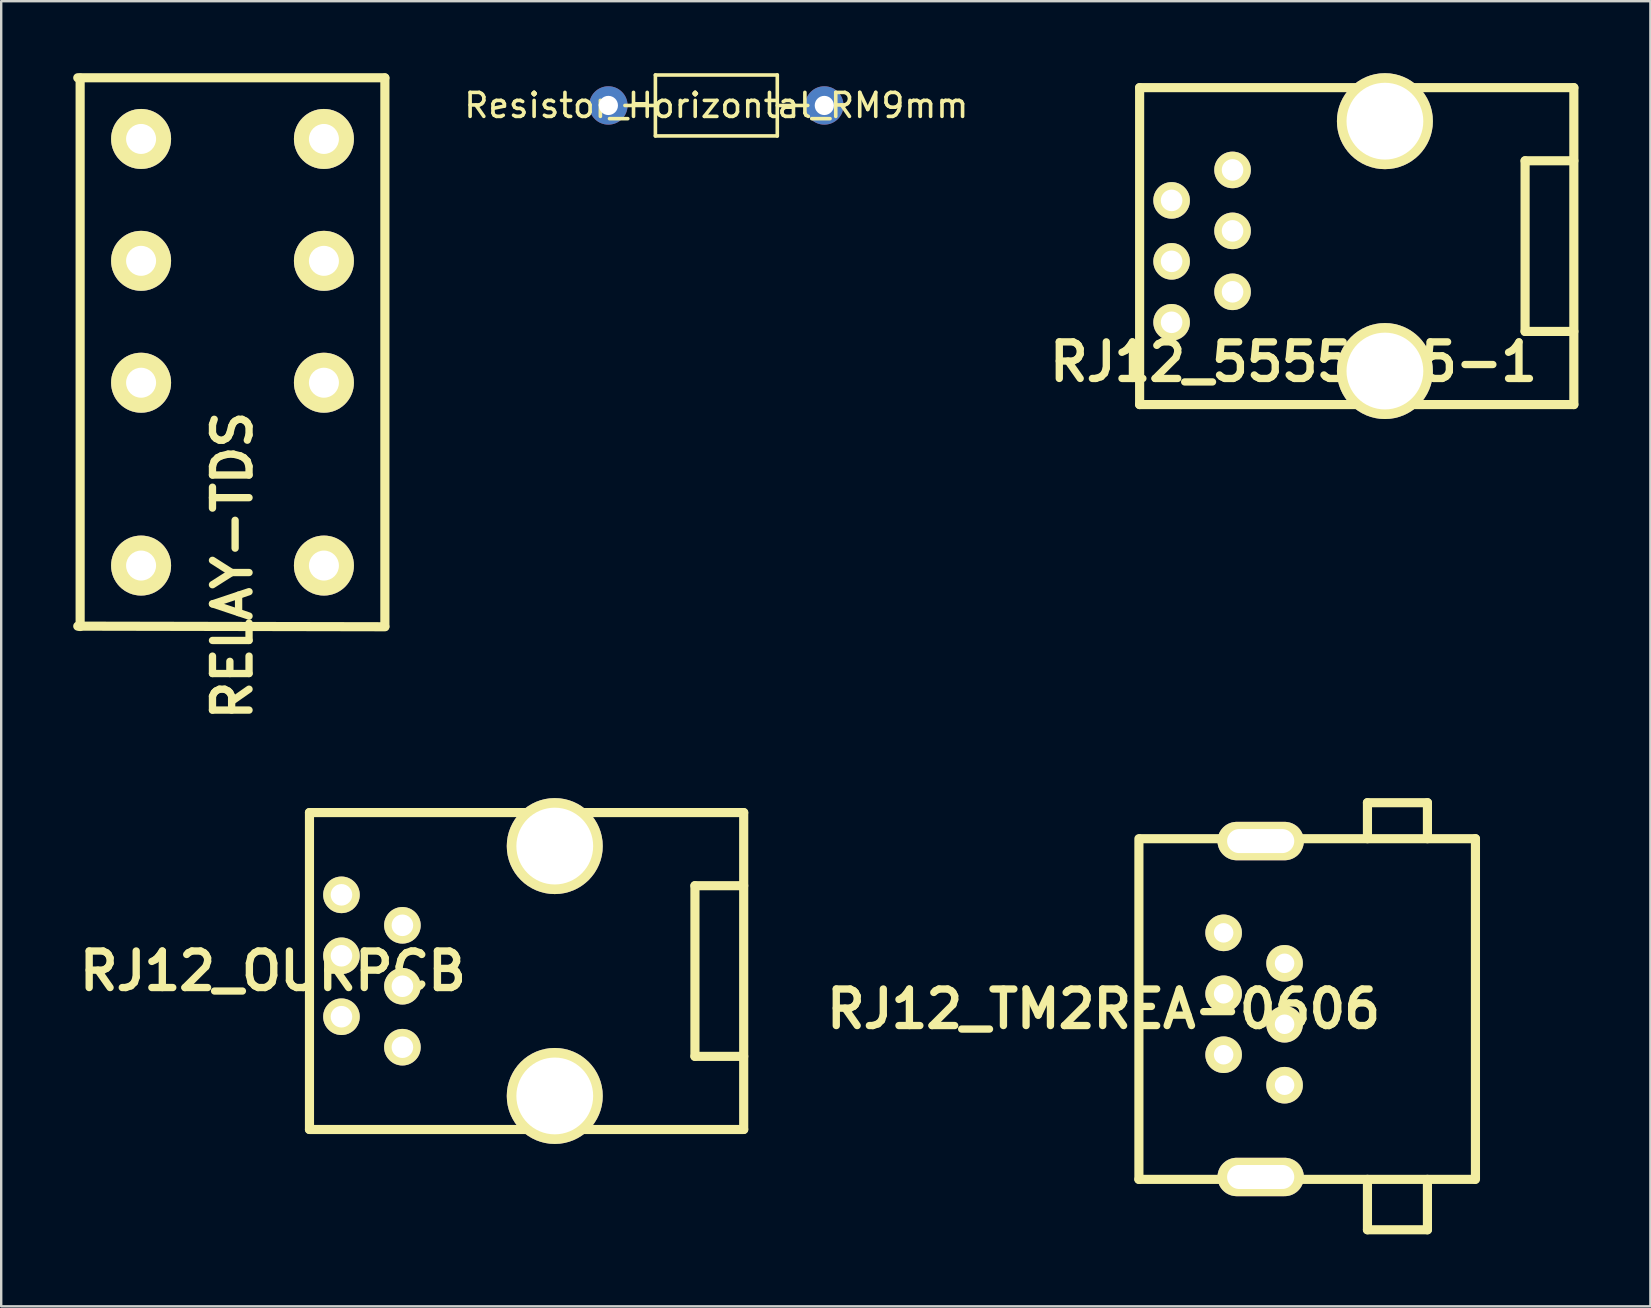
<source format=kicad_pcb>
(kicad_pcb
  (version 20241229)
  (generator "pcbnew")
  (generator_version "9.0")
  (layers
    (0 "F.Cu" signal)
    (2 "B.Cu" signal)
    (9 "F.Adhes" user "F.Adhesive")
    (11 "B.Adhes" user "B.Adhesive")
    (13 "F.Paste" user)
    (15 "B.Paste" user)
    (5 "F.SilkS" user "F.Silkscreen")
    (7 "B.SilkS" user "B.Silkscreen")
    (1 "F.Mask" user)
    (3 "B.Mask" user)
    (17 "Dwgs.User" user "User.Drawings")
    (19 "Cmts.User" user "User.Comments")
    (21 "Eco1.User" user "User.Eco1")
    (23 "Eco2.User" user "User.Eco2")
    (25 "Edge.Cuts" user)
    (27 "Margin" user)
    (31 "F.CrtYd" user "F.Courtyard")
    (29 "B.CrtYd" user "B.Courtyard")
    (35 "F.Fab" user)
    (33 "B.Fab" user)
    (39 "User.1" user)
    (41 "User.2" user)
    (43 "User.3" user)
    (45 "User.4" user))
  (footprint "RJ12_TM2REA-0606"
    (layer "F.Cu")
    (at 49.217 39.003)
    (property "Reference" "RJ12_TM2REA-0606" (at -6.274 0 0) (layer "F.SilkS") (effects (font (size 1.524 1.524) (thickness 0.305))))
    (attr through_hole)
    (fp_line (start -4.801 -7.099) (end -4.801 7.099) (stroke (width 0.381) (type solid)) (layer "F.SilkS"))
    (fp_line (start -4.801 7.099) (end 9.2 7.099) (stroke (width 0.381) (type solid)) (layer "F.SilkS"))
    (fp_line (start 4.724 -8.6) (end 4.724 -7.099) (stroke (width 0.381) (type solid)) (layer "F.SilkS"))
    (fp_line (start 4.724 9.2) (end 4.724 7.099) (stroke (width 0.381) (type solid)) (layer "F.SilkS"))
    (fp_line (start 7.224 -8.6) (end 4.724 -8.6) (stroke (width 0.381) (type solid)) (layer "F.SilkS"))
    (fp_line (start 7.224 -7.099) (end 7.224 -8.6) (stroke (width 0.381) (type solid)) (layer "F.SilkS"))
    (fp_line (start 7.224 7.099) (end 7.224 9.2) (stroke (width 0.381) (type solid)) (layer "F.SilkS"))
    (fp_line (start 7.224 9.2) (end 4.724 9.2) (stroke (width 0.381) (type solid)) (layer "F.SilkS"))
    (fp_line (start 9.225 -7.099) (end -4.75 -7.099) (stroke (width 0.381) (type solid)) (layer "F.SilkS"))
    (fp_line (start 9.225 -7.099) (end 9.225 7.099) (stroke (width 0.381) (type solid)) (layer "F.SilkS"))
    (pad "1" thru_hole circle (at -1.27 -3.175 270) (size 1.524 1.524) (drill 0.813) (layers "*.Cu" "*.Mask" "F.SilkS"))
    (pad "2" thru_hole circle (at 1.27 -1.905 270) (size 1.524 1.524) (drill 0.813) (layers "*.Cu" "*.Mask" "F.SilkS"))
    (pad "3" thru_hole circle (at -1.27 -0.635 270) (size 1.524 1.524) (drill 0.813) (layers "*.Cu" "*.Mask" "F.SilkS"))
    (pad "4" thru_hole circle (at 1.27 0.635 270) (size 1.524 1.524) (drill 0.813) (layers "*.Cu" "*.Mask" "F.SilkS"))
    (pad "5" thru_hole circle (at -1.27 1.905 270) (size 1.524 1.524) (drill 0.813) (layers "*.Cu" "*.Mask" "F.SilkS"))
    (pad "6" thru_hole circle (at 1.27 3.175 270) (size 1.524 1.524) (drill 0.813) (layers "*.Cu" "*.Mask" "F.SilkS"))
    (pad "7" thru_hole oval (at 0.274 -7 270) (size 1.6 3.599) (drill oval 1.001 2.799) (layers "*.Cu" "*.Mask" "F.SilkS"))
    (pad "8" thru_hole oval (at 0.274 7 270) (size 1.6 3.599) (drill oval 1.001 2.799) (layers "*.Cu" "*.Mask" "F.SilkS")))
  (footprint "RJ12_OURPCB"
    (layer "F.Cu")
    (at 12.451 37.419)
    (property "Reference" "RJ12_OURPCB" (at -4.128 0 0) (layer "F.SilkS") (effects (font (size 1.524 1.524) (thickness 0.305))))
    (attr through_hole)
    (fp_line (start -2.603 -6.604) (end 15.494 -6.604) (stroke (width 0.381) (type solid)) (layer "F.SilkS"))
    (fp_line (start -2.603 6.604) (end -2.603 -6.604) (stroke (width 0.381) (type solid)) (layer "F.SilkS"))
    (fp_line (start 13.462 -3.556) (end 13.462 3.556) (stroke (width 0.381) (type solid)) (layer "F.SilkS"))
    (fp_line (start 13.462 3.556) (end 15.494 3.556) (stroke (width 0.381) (type solid)) (layer "F.SilkS"))
    (fp_line (start 15.494 -6.604) (end 15.494 6.604) (stroke (width 0.381) (type solid)) (layer "F.SilkS"))
    (fp_line (start 15.494 -3.556) (end 13.462 -3.556) (stroke (width 0.381) (type solid)) (layer "F.SilkS"))
    (fp_line (start 15.494 6.604) (end -2.603 6.604) (stroke (width 0.381) (type solid)) (layer "F.SilkS"))
    (pad "1" thru_hole circle (at 1.27 3.175 270) (size 1.524 1.524) (drill 0.899) (layers "*.Cu" "*.Mask" "F.SilkS"))
    (pad "2" thru_hole circle (at -1.27 1.905 270) (size 1.524 1.524) (drill 0.899) (layers "*.Cu" "*.Mask" "F.SilkS"))
    (pad "3" thru_hole circle (at 1.27 0.635 270) (size 1.524 1.524) (drill 0.899) (layers "*.Cu" "*.Mask" "F.SilkS"))
    (pad "4" thru_hole circle (at -1.27 -0.635 270) (size 1.524 1.524) (drill 0.899) (layers "*.Cu" "*.Mask" "F.SilkS"))
    (pad "5" thru_hole circle (at 1.27 -1.905 270) (size 1.524 1.524) (drill 0.899) (layers "*.Cu" "*.Mask" "F.SilkS"))
    (pad "6" thru_hole circle (at -1.27 -3.175 270) (size 1.524 1.524) (drill 0.899) (layers "*.Cu" "*.Mask" "F.SilkS"))
    (pad "7" thru_hole circle (at 7.62 -5.207 270) (size 4 4) (drill 3.2) (layers "*.Cu" "*.Mask" "F.SilkS"))
    (pad "8" thru_hole circle (at 7.62 5.207 270) (size 4 4) (drill 3.2) (layers "*.Cu" "*.Mask" "F.SilkS")))
  (footprint "RJ12_5555165-1"
    (layer "F.Cu")
    (at 47.049 7.207)
    (property "Reference" "RJ12_5555165-1" (at 3.81 4.826 0) (layer "F.SilkS") (effects (font (size 1.524 1.524) (thickness 0.305))))
    (attr through_hole)
    (fp_line (start -2.603 -6.604) (end 15.494 -6.604) (stroke (width 0.381) (type solid)) (layer "F.SilkS"))
    (fp_line (start -2.603 6.604) (end -2.603 -6.604) (stroke (width 0.381) (type solid)) (layer "F.SilkS"))
    (fp_line (start 13.462 -3.556) (end 13.462 3.556) (stroke (width 0.381) (type solid)) (layer "F.SilkS"))
    (fp_line (start 13.462 3.556) (end 15.494 3.556) (stroke (width 0.381) (type solid)) (layer "F.SilkS"))
    (fp_line (start 15.494 -6.604) (end 15.494 6.604) (stroke (width 0.381) (type solid)) (layer "F.SilkS"))
    (fp_line (start 15.494 -3.556) (end 13.462 -3.556) (stroke (width 0.381) (type solid)) (layer "F.SilkS"))
    (fp_line (start 15.494 6.604) (end -2.603 6.604) (stroke (width 0.381) (type solid)) (layer "F.SilkS"))
    (pad "1" thru_hole circle (at -1.27 3.175 270) (size 1.524 1.524) (drill 0.899) (layers "*.Cu" "*.Mask" "F.SilkS"))
    (pad "2" thru_hole circle (at 1.27 1.905 270) (size 1.524 1.524) (drill 0.899) (layers "*.Cu" "*.Mask" "F.SilkS"))
    (pad "3" thru_hole circle (at -1.27 0.635 270) (size 1.524 1.524) (drill 0.899) (layers "*.Cu" "*.Mask" "F.SilkS"))
    (pad "4" thru_hole circle (at 1.27 -0.635 270) (size 1.524 1.524) (drill 0.899) (layers "*.Cu" "*.Mask" "F.SilkS"))
    (pad "5" thru_hole circle (at -1.27 -1.905 270) (size 1.524 1.524) (drill 0.899) (layers "*.Cu" "*.Mask" "F.SilkS"))
    (pad "6" thru_hole circle (at 1.27 -3.175 270) (size 1.524 1.524) (drill 0.899) (layers "*.Cu" "*.Mask" "F.SilkS"))
    (pad "7" thru_hole circle (at 7.62 -5.207 270) (size 4 4) (drill 3.2) (layers "*.Cu" "*.Mask" "F.SilkS"))
    (pad "8" thru_hole circle (at 7.62 5.207 270) (size 4 4) (drill 3.2) (layers "*.Cu" "*.Mask" "F.SilkS")))
  (footprint "RELAY-TDS"
    (layer "F.Cu")
    (at 6.64 20.521)
    (property "Reference" "RELAY-TDS" (at 0 0 90) (layer "F.SilkS") (effects (font (size 1.524 1.524) (thickness 0.305))))
    (attr through_hole)
    (fp_line (start -6.35 2.54) (end -6.35 -20.32) (stroke (width 0.381) (type solid)) (layer "F.SilkS"))
    (fp_line (start 6.35 -20.33) (end -6.449 -20.33) (stroke (width 0.381) (type solid)) (layer "F.SilkS"))
    (fp_line (start 6.35 -20.32) (end 6.35 2.54) (stroke (width 0.381) (type solid)) (layer "F.SilkS"))
    (fp_line (start 6.35 2.55) (end -6.449 2.525) (stroke (width 0.381) (type solid)) (layer "F.SilkS"))
    (pad "1" thru_hole circle (at 3.81 0) (size 2.5 2.5) (drill 1.25) (layers "*.Cu" "*.Mask" "F.SilkS"))
    (pad "4" thru_hole circle (at 3.81 -7.62) (size 2.5 2.5) (drill 1.25) (layers "*.Cu" "*.Mask" "F.SilkS"))
    (pad "6" thru_hole circle (at 3.81 -12.7) (size 2.5 2.5) (drill 1.25) (layers "*.Cu" "*.Mask" "F.SilkS"))
    (pad "8" thru_hole circle (at 3.81 -17.78) (size 2.5 2.5) (drill 1.25) (layers "*.Cu" "*.Mask" "F.SilkS"))
    (pad "9" thru_hole circle (at -3.81 -17.78) (size 2.5 2.5) (drill 1.25) (layers "*.Cu" "*.Mask" "F.SilkS"))
    (pad "11" thru_hole circle (at -3.81 -12.7) (size 2.5 2.5) (drill 1.25) (layers "*.Cu" "*.Mask" "F.SilkS"))
    (pad "13" thru_hole circle (at -3.81 -7.62) (size 2.5 2.5) (drill 1.25) (layers "*.Cu" "*.Mask" "F.SilkS"))
    (pad "16" thru_hole circle (at -3.81 0) (size 2.5 2.5) (drill 1.25) (layers "*.Cu" "*.Mask" "F.SilkS")))
  (footprint "Resistor_Horizontal_RM9mm"
    (layer "F.Cu")
    (at 26.805 1.345)
    (property "Reference" "Resistor_Horizontal_RM9mm" (at 0 0 0) (layer "F.SilkS") (effects (font (size 1 1) (thickness 0.15))))
    (attr through_hole)
    (fp_line (start -2.54 -1.27) (end 2.54 -1.27) (stroke (width 0.15) (type solid)) (layer "F.SilkS"))
    (fp_line (start -2.54 0) (end -3.81 0) (stroke (width 0.15) (type solid)) (layer "F.SilkS"))
    (fp_line (start -2.54 1.27) (end -2.54 -1.27) (stroke (width 0.15) (type solid)) (layer "F.SilkS"))
    (fp_line (start 2.54 -1.27) (end 2.54 1.27) (stroke (width 0.15) (type solid)) (layer "F.SilkS"))
    (fp_line (start 2.54 0) (end 3.81 0) (stroke (width 0.15) (type solid)) (layer "F.SilkS"))
    (fp_line (start 2.54 1.27) (end -2.54 1.27) (stroke (width 0.15) (type solid)) (layer "F.SilkS"))
    (pad "1" thru_hole circle (at -4.5 0) (size 1.6 1.6) (drill 0.8) (layers "*.Cu" "*.Mask"))
    (pad "2" thru_hole circle (at 4.5 0) (size 1.6 1.6) (drill 0.8) (layers "*.Cu" "*.Mask")))
  (gr_rect
    (start -3 -3)
    (end 65.733 51.393)
    (stroke (width 0.1) (type default))
    (fill no)
    (layer "Edge.Cuts")))
</source>
